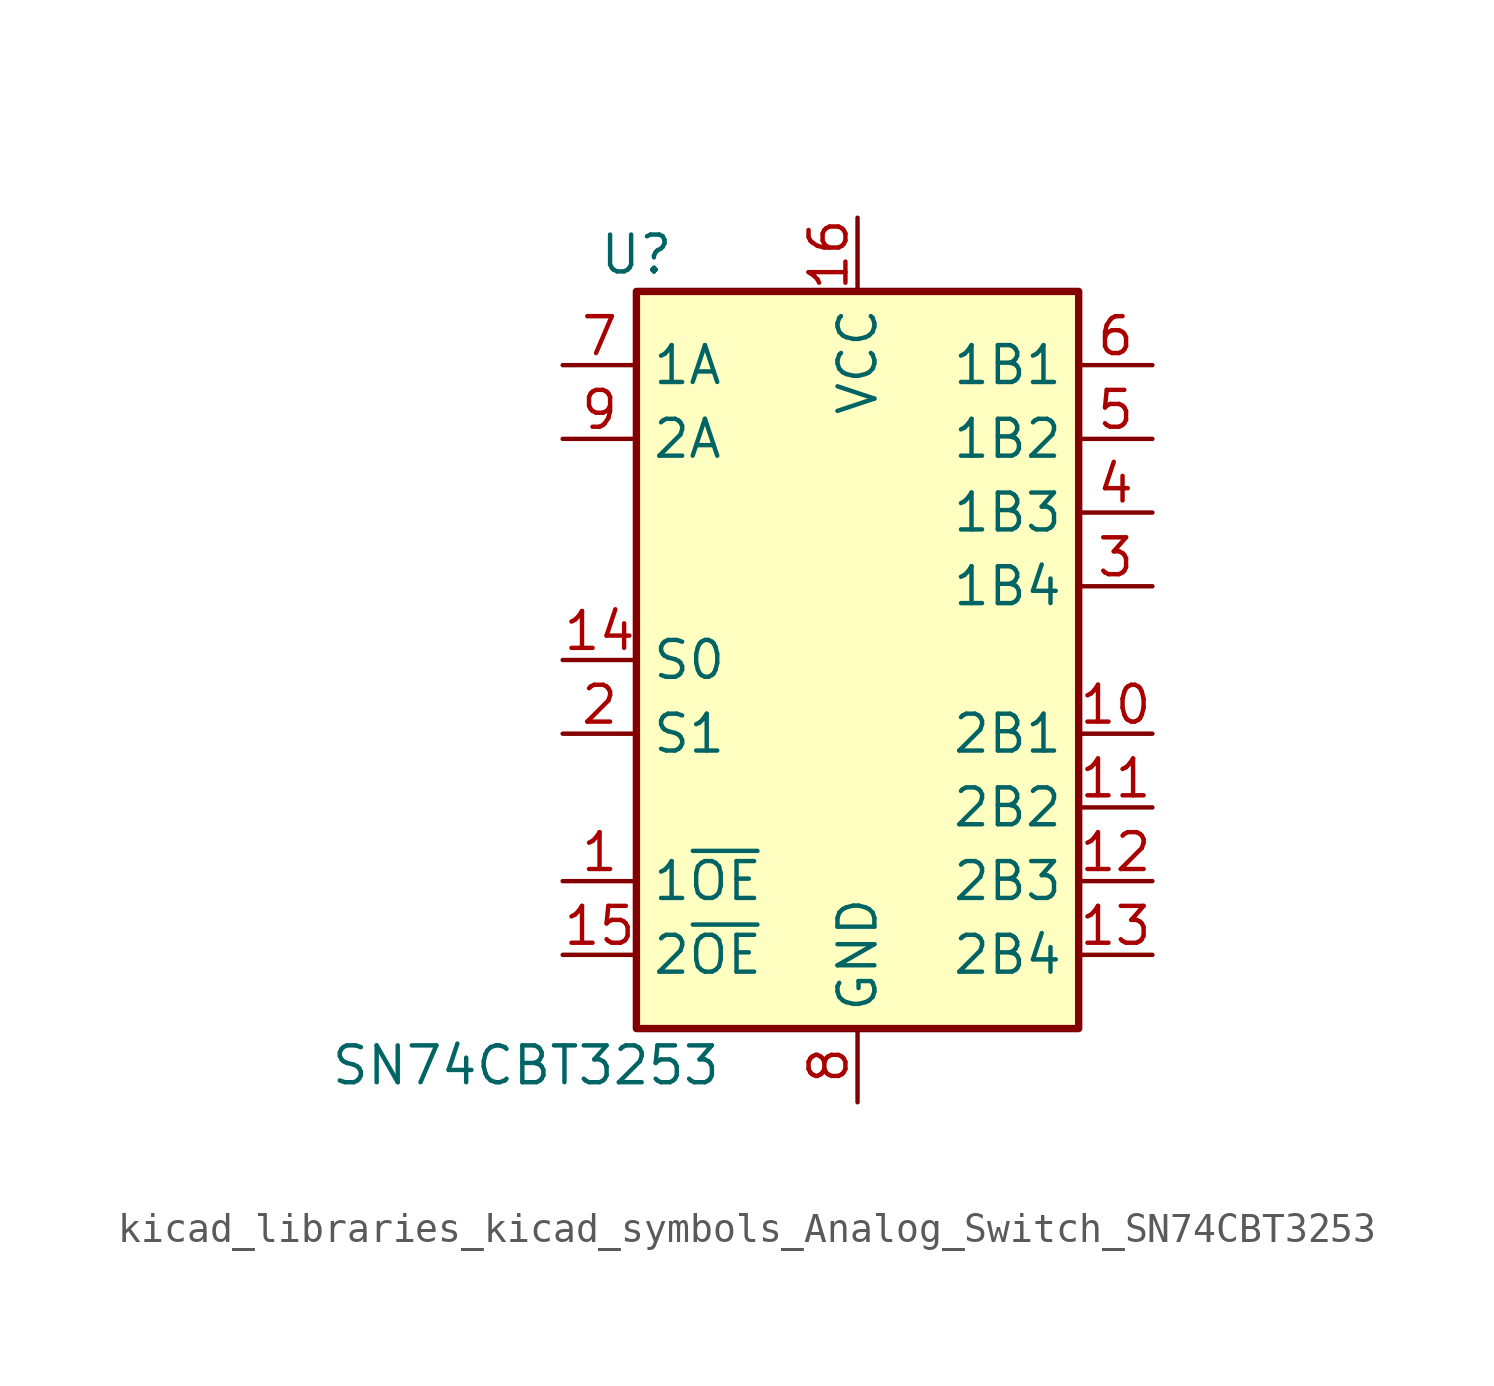
<source format=kicad_sym>
(kicad_symbol_lib
  (version 20220914)
  (generator kicad_symbol_editor)
  (symbol "kicad_libraries_kicad_symbols_Analog_Switch_SN74CBT3253"
    (property "Reference" "U"
      (at -7.62 13.97 0)
      (effects (font (size 1.27 1.27))))
    (property "Value" "SN74CBT3253"
      (at -11.43 -13.97 0)
      (effects (font (size 1.27 1.27))))
    (symbol "kicad_libraries_kicad_symbols_Analog_Switch_SN74CBT3253_0_1"
      (rectangle (start -7.62 12.7) (end 7.62 -12.7) (stroke (width 0.254) (type default)) (fill (type background)))
      (rectangle (start 7.62 -12.7) (end 7.62 -12.7) (stroke (width 0) (type default)) (fill (type none))))
    (symbol "kicad_libraries_kicad_symbols_Analog_Switch_SN74CBT3253_1_1"
      (pin input line (at -10.16 -7.62 0) (length 2.54) (name "1~{OE}" (effects (font (size 1.27 1.27)))) (number "1" (effects (font (size 1.27 1.27)))))
      (pin bidirectional line (at 10.16 -2.54 180) (length 2.54) (name "2B1" (effects (font (size 1.27 1.27)))) (number "10" (effects (font (size 1.27 1.27)))))
      (pin bidirectional line (at 10.16 -5.08 180) (length 2.54) (name "2B2" (effects (font (size 1.27 1.27)))) (number "11" (effects (font (size 1.27 1.27)))))
      (pin bidirectional line (at 10.16 -7.62 180) (length 2.54) (name "2B3" (effects (font (size 1.27 1.27)))) (number "12" (effects (font (size 1.27 1.27)))))
      (pin bidirectional line (at 10.16 -10.16 180) (length 2.54) (name "2B4" (effects (font (size 1.27 1.27)))) (number "13" (effects (font (size 1.27 1.27)))))
      (pin input line (at -10.16 0 0) (length 2.54) (name "S0" (effects (font (size 1.27 1.27)))) (number "14" (effects (font (size 1.27 1.27)))))
      (pin input line (at -10.16 -10.16 0) (length 2.54) (name "2~{OE}" (effects (font (size 1.27 1.27)))) (number "15" (effects (font (size 1.27 1.27)))))
      (pin power_in line (at 0 15.24 270) (length 2.54) (name "VCC" (effects (font (size 1.27 1.27)))) (number "16" (effects (font (size 1.27 1.27)))))
      (pin input line (at -10.16 -2.54 0) (length 2.54) (name "S1" (effects (font (size 1.27 1.27)))) (number "2" (effects (font (size 1.27 1.27)))))
      (pin bidirectional line (at 10.16 2.54 180) (length 2.54) (name "1B4" (effects (font (size 1.27 1.27)))) (number "3" (effects (font (size 1.27 1.27)))))
      (pin bidirectional line (at 10.16 5.08 180) (length 2.54) (name "1B3" (effects (font (size 1.27 1.27)))) (number "4" (effects (font (size 1.27 1.27)))))
      (pin bidirectional line (at 10.16 7.62 180) (length 2.54) (name "1B2" (effects (font (size 1.27 1.27)))) (number "5" (effects (font (size 1.27 1.27)))))
      (pin bidirectional line (at 10.16 10.16 180) (length 2.54) (name "1B1" (effects (font (size 1.27 1.27)))) (number "6" (effects (font (size 1.27 1.27)))))
      (pin bidirectional line (at -10.16 10.16 0) (length 2.54) (name "1A" (effects (font (size 1.27 1.27)))) (number "7" (effects (font (size 1.27 1.27)))))
      (pin power_in line (at 0 -15.24 90) (length 2.54) (name "GND" (effects (font (size 1.27 1.27)))) (number "8" (effects (font (size 1.27 1.27)))))
      (pin bidirectional line (at -10.16 7.62 0) (length 2.54) (name "2A" (effects (font (size 1.27 1.27)))) (number "9" (effects (font (size 1.27 1.27))))))))
</source>
